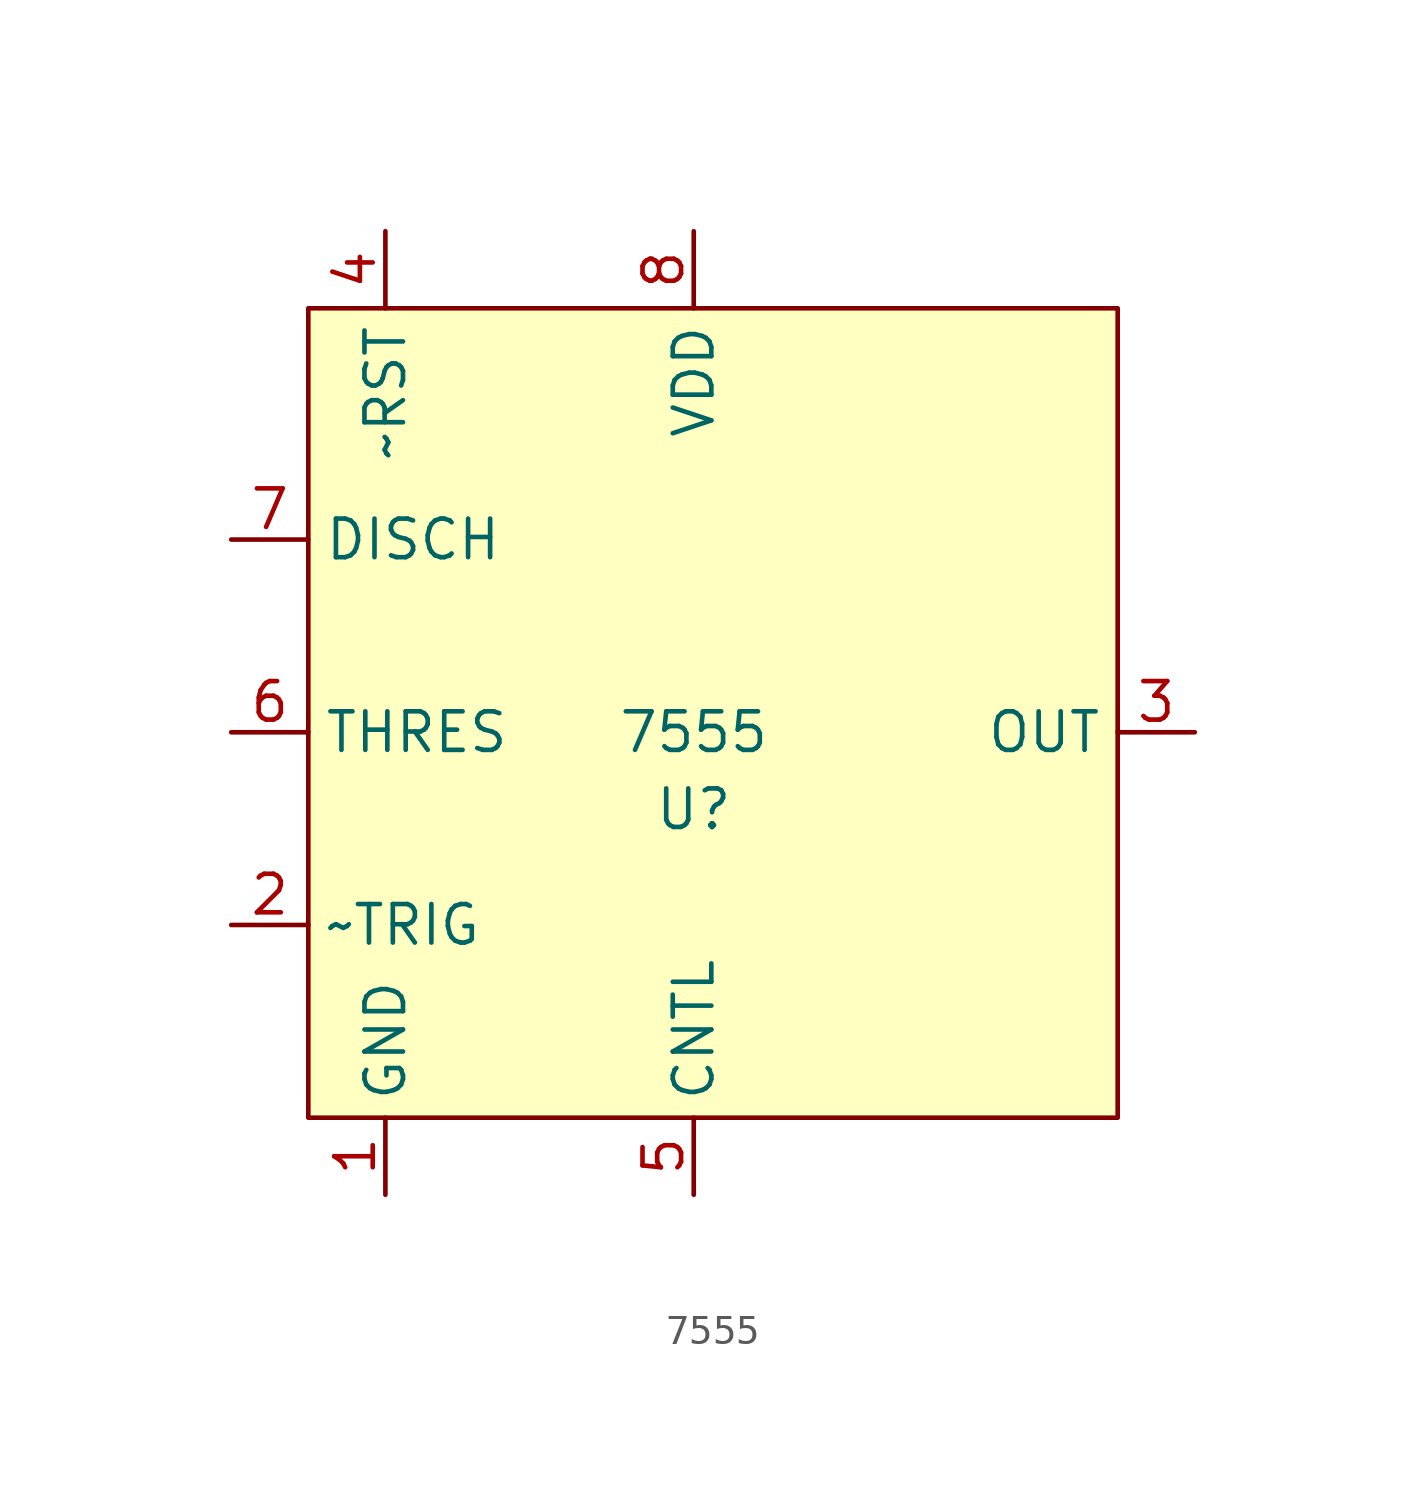
<source format=kicad_sym>
(kicad_symbol_lib
  (version 20211014)
  (generator kicad_symbol_editor)
  (symbol "7555"
    (property "Reference" "U"
      (at 0 -2.54 0)
      (effects (font (size 1.27 1.27))))
    (property "Value" "7555"
      (at 0 0 0)
      (effects (font (size 1.27 1.27))))
    (symbol "7555_0_0"
      (pin input line (at 0 -15.24 90) (length 2.54) (name "CNTL" (effects (font (size 1.27 1.27)))) (number "5" (effects (font (size 1.27 1.27)))))
      (pin input line (at -15.24 0 0) (length 2.54) (name "THRES" (effects (font (size 1.27 1.27)))) (number "6" (effects (font (size 1.27 1.27)))))
      (pin input line (at -15.24 6.35 0) (length 2.54) (name "DISCH" (effects (font (size 1.27 1.27)))) (number "7" (effects (font (size 1.27 1.27)))))
      (pin input line (at 0 16.51 270) (length 2.54) (name "VDD" (effects (font (size 1.27 1.27)))) (number "8" (effects (font (size 1.27 1.27))))))
    (symbol "7555_0_1"
      (rectangle (start -12.7 13.97) (end 13.97 -12.7) (stroke (width 0) (type default) (color 0 0 0 0)) (fill (type background))))
    (symbol "7555_1_1"
      (pin power_in line (at -10.16 -15.24 90) (length 2.54) (name "GND" (effects (font (size 1.27 1.27)))) (number "1" (effects (font (size 1.27 1.27)))))
      (pin input line (at -15.24 -6.35 0) (length 2.54) (name "~TRIG" (effects (font (size 1.27 1.27)))) (number "2" (effects (font (size 1.27 1.27)))))
      (pin output line (at 16.51 0 180) (length 2.54) (name "OUT" (effects (font (size 1.27 1.27)))) (number "3" (effects (font (size 1.27 1.27)))))
      (pin input line (at -10.16 16.51 270) (length 2.54) (name "~RST" (effects (font (size 1.27 1.27)))) (number "4" (effects (font (size 1.27 1.27))))))))
</source>
